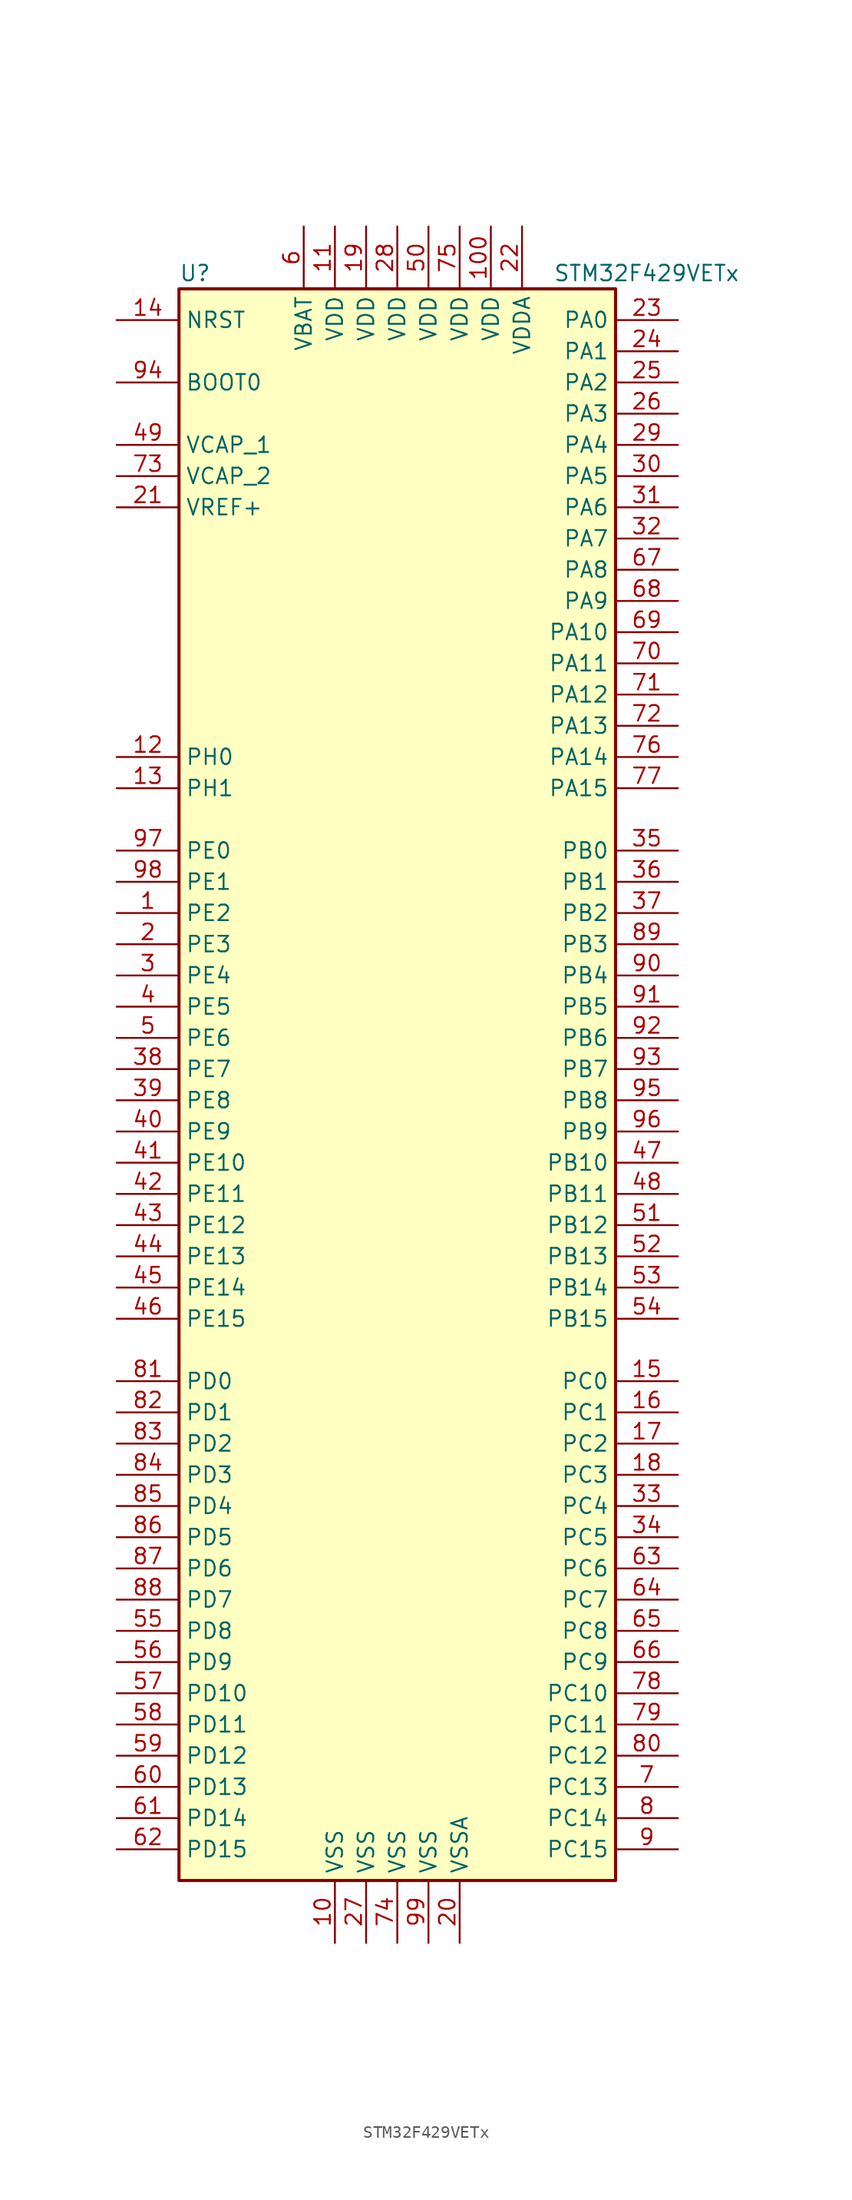
<source format=kicad_sym>
(kicad_symbol_lib
  (version 20220914)
  (generator kicad_symbol_editor)
  (symbol "STM32F429VETx"
    (property "Reference" "U"
      (at -17.78 64.77 0)
      (effects (font (size 1.27 1.27)) (justify left)))
    (property "Value" "STM32F429VETx"
      (at 12.7 64.77 0)
      (effects (font (size 1.27 1.27)) (justify left)))
    (symbol "STM32F429VETx_0_1"
      (rectangle (start -17.78 -66.04) (end 17.78 63.5) (stroke (width 0.254) (type default)) (fill (type background))))
    (symbol "STM32F429VETx_1_1"
      (pin bidirectional line (at -22.86 12.7 0) (length 5.08) (name "PE2" (effects (font (size 1.27 1.27)))) (number "1" (effects (font (size 1.27 1.27)))))
      (pin power_in line (at -5.08 -71.12 90) (length 5.08) (name "VSS" (effects (font (size 1.27 1.27)))) (number "10" (effects (font (size 1.27 1.27)))))
      (pin power_in line (at 7.62 68.58 270) (length 5.08) (name "VDD" (effects (font (size 1.27 1.27)))) (number "100" (effects (font (size 1.27 1.27)))))
      (pin power_in line (at -5.08 68.58 270) (length 5.08) (name "VDD" (effects (font (size 1.27 1.27)))) (number "11" (effects (font (size 1.27 1.27)))))
      (pin input line (at -22.86 25.4 0) (length 5.08) (name "PH0" (effects (font (size 1.27 1.27)))) (number "12" (effects (font (size 1.27 1.27)))))
      (pin input line (at -22.86 22.86 0) (length 5.08) (name "PH1" (effects (font (size 1.27 1.27)))) (number "13" (effects (font (size 1.27 1.27)))))
      (pin input line (at -22.86 60.96 0) (length 5.08) (name "NRST" (effects (font (size 1.27 1.27)))) (number "14" (effects (font (size 1.27 1.27)))))
      (pin bidirectional line (at 22.86 -25.4 180) (length 5.08) (name "PC0" (effects (font (size 1.27 1.27)))) (number "15" (effects (font (size 1.27 1.27)))))
      (pin bidirectional line (at 22.86 -27.94 180) (length 5.08) (name "PC1" (effects (font (size 1.27 1.27)))) (number "16" (effects (font (size 1.27 1.27)))))
      (pin bidirectional line (at 22.86 -30.48 180) (length 5.08) (name "PC2" (effects (font (size 1.27 1.27)))) (number "17" (effects (font (size 1.27 1.27)))))
      (pin bidirectional line (at 22.86 -33.02 180) (length 5.08) (name "PC3" (effects (font (size 1.27 1.27)))) (number "18" (effects (font (size 1.27 1.27)))))
      (pin power_in line (at -2.54 68.58 270) (length 5.08) (name "VDD" (effects (font (size 1.27 1.27)))) (number "19" (effects (font (size 1.27 1.27)))))
      (pin bidirectional line (at -22.86 10.16 0) (length 5.08) (name "PE3" (effects (font (size 1.27 1.27)))) (number "2" (effects (font (size 1.27 1.27)))))
      (pin power_in line (at 5.08 -71.12 90) (length 5.08) (name "VSSA" (effects (font (size 1.27 1.27)))) (number "20" (effects (font (size 1.27 1.27)))))
      (pin power_in line (at -22.86 45.72 0) (length 5.08) (name "VREF+" (effects (font (size 1.27 1.27)))) (number "21" (effects (font (size 1.27 1.27)))))
      (pin power_in line (at 10.16 68.58 270) (length 5.08) (name "VDDA" (effects (font (size 1.27 1.27)))) (number "22" (effects (font (size 1.27 1.27)))))
      (pin bidirectional line (at 22.86 60.96 180) (length 5.08) (name "PA0" (effects (font (size 1.27 1.27)))) (number "23" (effects (font (size 1.27 1.27)))))
      (pin bidirectional line (at 22.86 58.42 180) (length 5.08) (name "PA1" (effects (font (size 1.27 1.27)))) (number "24" (effects (font (size 1.27 1.27)))))
      (pin bidirectional line (at 22.86 55.88 180) (length 5.08) (name "PA2" (effects (font (size 1.27 1.27)))) (number "25" (effects (font (size 1.27 1.27)))))
      (pin bidirectional line (at 22.86 53.34 180) (length 5.08) (name "PA3" (effects (font (size 1.27 1.27)))) (number "26" (effects (font (size 1.27 1.27)))))
      (pin power_in line (at -2.54 -71.12 90) (length 5.08) (name "VSS" (effects (font (size 1.27 1.27)))) (number "27" (effects (font (size 1.27 1.27)))))
      (pin power_in line (at 0 68.58 270) (length 5.08) (name "VDD" (effects (font (size 1.27 1.27)))) (number "28" (effects (font (size 1.27 1.27)))))
      (pin bidirectional line (at 22.86 50.8 180) (length 5.08) (name "PA4" (effects (font (size 1.27 1.27)))) (number "29" (effects (font (size 1.27 1.27)))))
      (pin bidirectional line (at -22.86 7.62 0) (length 5.08) (name "PE4" (effects (font (size 1.27 1.27)))) (number "3" (effects (font (size 1.27 1.27)))))
      (pin bidirectional line (at 22.86 48.26 180) (length 5.08) (name "PA5" (effects (font (size 1.27 1.27)))) (number "30" (effects (font (size 1.27 1.27)))))
      (pin bidirectional line (at 22.86 45.72 180) (length 5.08) (name "PA6" (effects (font (size 1.27 1.27)))) (number "31" (effects (font (size 1.27 1.27)))))
      (pin bidirectional line (at 22.86 43.18 180) (length 5.08) (name "PA7" (effects (font (size 1.27 1.27)))) (number "32" (effects (font (size 1.27 1.27)))))
      (pin bidirectional line (at 22.86 -35.56 180) (length 5.08) (name "PC4" (effects (font (size 1.27 1.27)))) (number "33" (effects (font (size 1.27 1.27)))))
      (pin bidirectional line (at 22.86 -38.1 180) (length 5.08) (name "PC5" (effects (font (size 1.27 1.27)))) (number "34" (effects (font (size 1.27 1.27)))))
      (pin bidirectional line (at 22.86 17.78 180) (length 5.08) (name "PB0" (effects (font (size 1.27 1.27)))) (number "35" (effects (font (size 1.27 1.27)))))
      (pin bidirectional line (at 22.86 15.24 180) (length 5.08) (name "PB1" (effects (font (size 1.27 1.27)))) (number "36" (effects (font (size 1.27 1.27)))))
      (pin bidirectional line (at 22.86 12.7 180) (length 5.08) (name "PB2" (effects (font (size 1.27 1.27)))) (number "37" (effects (font (size 1.27 1.27)))))
      (pin bidirectional line (at -22.86 0 0) (length 5.08) (name "PE7" (effects (font (size 1.27 1.27)))) (number "38" (effects (font (size 1.27 1.27)))))
      (pin bidirectional line (at -22.86 -2.54 0) (length 5.08) (name "PE8" (effects (font (size 1.27 1.27)))) (number "39" (effects (font (size 1.27 1.27)))))
      (pin bidirectional line (at -22.86 5.08 0) (length 5.08) (name "PE5" (effects (font (size 1.27 1.27)))) (number "4" (effects (font (size 1.27 1.27)))))
      (pin bidirectional line (at -22.86 -5.08 0) (length 5.08) (name "PE9" (effects (font (size 1.27 1.27)))) (number "40" (effects (font (size 1.27 1.27)))))
      (pin bidirectional line (at -22.86 -7.62 0) (length 5.08) (name "PE10" (effects (font (size 1.27 1.27)))) (number "41" (effects (font (size 1.27 1.27)))))
      (pin bidirectional line (at -22.86 -10.16 0) (length 5.08) (name "PE11" (effects (font (size 1.27 1.27)))) (number "42" (effects (font (size 1.27 1.27)))))
      (pin bidirectional line (at -22.86 -12.7 0) (length 5.08) (name "PE12" (effects (font (size 1.27 1.27)))) (number "43" (effects (font (size 1.27 1.27)))))
      (pin bidirectional line (at -22.86 -15.24 0) (length 5.08) (name "PE13" (effects (font (size 1.27 1.27)))) (number "44" (effects (font (size 1.27 1.27)))))
      (pin bidirectional line (at -22.86 -17.78 0) (length 5.08) (name "PE14" (effects (font (size 1.27 1.27)))) (number "45" (effects (font (size 1.27 1.27)))))
      (pin bidirectional line (at -22.86 -20.32 0) (length 5.08) (name "PE15" (effects (font (size 1.27 1.27)))) (number "46" (effects (font (size 1.27 1.27)))))
      (pin bidirectional line (at 22.86 -7.62 180) (length 5.08) (name "PB10" (effects (font (size 1.27 1.27)))) (number "47" (effects (font (size 1.27 1.27)))))
      (pin bidirectional line (at 22.86 -10.16 180) (length 5.08) (name "PB11" (effects (font (size 1.27 1.27)))) (number "48" (effects (font (size 1.27 1.27)))))
      (pin power_in line (at -22.86 50.8 0) (length 5.08) (name "VCAP_1" (effects (font (size 1.27 1.27)))) (number "49" (effects (font (size 1.27 1.27)))))
      (pin bidirectional line (at -22.86 2.54 0) (length 5.08) (name "PE6" (effects (font (size 1.27 1.27)))) (number "5" (effects (font (size 1.27 1.27)))))
      (pin power_in line (at 2.54 68.58 270) (length 5.08) (name "VDD" (effects (font (size 1.27 1.27)))) (number "50" (effects (font (size 1.27 1.27)))))
      (pin bidirectional line (at 22.86 -12.7 180) (length 5.08) (name "PB12" (effects (font (size 1.27 1.27)))) (number "51" (effects (font (size 1.27 1.27)))))
      (pin bidirectional line (at 22.86 -15.24 180) (length 5.08) (name "PB13" (effects (font (size 1.27 1.27)))) (number "52" (effects (font (size 1.27 1.27)))))
      (pin bidirectional line (at 22.86 -17.78 180) (length 5.08) (name "PB14" (effects (font (size 1.27 1.27)))) (number "53" (effects (font (size 1.27 1.27)))))
      (pin bidirectional line (at 22.86 -20.32 180) (length 5.08) (name "PB15" (effects (font (size 1.27 1.27)))) (number "54" (effects (font (size 1.27 1.27)))))
      (pin bidirectional line (at -22.86 -45.72 0) (length 5.08) (name "PD8" (effects (font (size 1.27 1.27)))) (number "55" (effects (font (size 1.27 1.27)))))
      (pin bidirectional line (at -22.86 -48.26 0) (length 5.08) (name "PD9" (effects (font (size 1.27 1.27)))) (number "56" (effects (font (size 1.27 1.27)))))
      (pin bidirectional line (at -22.86 -50.8 0) (length 5.08) (name "PD10" (effects (font (size 1.27 1.27)))) (number "57" (effects (font (size 1.27 1.27)))))
      (pin bidirectional line (at -22.86 -53.34 0) (length 5.08) (name "PD11" (effects (font (size 1.27 1.27)))) (number "58" (effects (font (size 1.27 1.27)))))
      (pin bidirectional line (at -22.86 -55.88 0) (length 5.08) (name "PD12" (effects (font (size 1.27 1.27)))) (number "59" (effects (font (size 1.27 1.27)))))
      (pin power_in line (at -7.62 68.58 270) (length 5.08) (name "VBAT" (effects (font (size 1.27 1.27)))) (number "6" (effects (font (size 1.27 1.27)))))
      (pin bidirectional line (at -22.86 -58.42 0) (length 5.08) (name "PD13" (effects (font (size 1.27 1.27)))) (number "60" (effects (font (size 1.27 1.27)))))
      (pin bidirectional line (at -22.86 -60.96 0) (length 5.08) (name "PD14" (effects (font (size 1.27 1.27)))) (number "61" (effects (font (size 1.27 1.27)))))
      (pin bidirectional line (at -22.86 -63.5 0) (length 5.08) (name "PD15" (effects (font (size 1.27 1.27)))) (number "62" (effects (font (size 1.27 1.27)))))
      (pin bidirectional line (at 22.86 -40.64 180) (length 5.08) (name "PC6" (effects (font (size 1.27 1.27)))) (number "63" (effects (font (size 1.27 1.27)))))
      (pin bidirectional line (at 22.86 -43.18 180) (length 5.08) (name "PC7" (effects (font (size 1.27 1.27)))) (number "64" (effects (font (size 1.27 1.27)))))
      (pin bidirectional line (at 22.86 -45.72 180) (length 5.08) (name "PC8" (effects (font (size 1.27 1.27)))) (number "65" (effects (font (size 1.27 1.27)))))
      (pin bidirectional line (at 22.86 -48.26 180) (length 5.08) (name "PC9" (effects (font (size 1.27 1.27)))) (number "66" (effects (font (size 1.27 1.27)))))
      (pin bidirectional line (at 22.86 40.64 180) (length 5.08) (name "PA8" (effects (font (size 1.27 1.27)))) (number "67" (effects (font (size 1.27 1.27)))))
      (pin bidirectional line (at 22.86 38.1 180) (length 5.08) (name "PA9" (effects (font (size 1.27 1.27)))) (number "68" (effects (font (size 1.27 1.27)))))
      (pin bidirectional line (at 22.86 35.56 180) (length 5.08) (name "PA10" (effects (font (size 1.27 1.27)))) (number "69" (effects (font (size 1.27 1.27)))))
      (pin bidirectional line (at 22.86 -58.42 180) (length 5.08) (name "PC13" (effects (font (size 1.27 1.27)))) (number "7" (effects (font (size 1.27 1.27)))))
      (pin bidirectional line (at 22.86 33.02 180) (length 5.08) (name "PA11" (effects (font (size 1.27 1.27)))) (number "70" (effects (font (size 1.27 1.27)))))
      (pin bidirectional line (at 22.86 30.48 180) (length 5.08) (name "PA12" (effects (font (size 1.27 1.27)))) (number "71" (effects (font (size 1.27 1.27)))))
      (pin bidirectional line (at 22.86 27.94 180) (length 5.08) (name "PA13" (effects (font (size 1.27 1.27)))) (number "72" (effects (font (size 1.27 1.27)))))
      (pin power_in line (at -22.86 48.26 0) (length 5.08) (name "VCAP_2" (effects (font (size 1.27 1.27)))) (number "73" (effects (font (size 1.27 1.27)))))
      (pin power_in line (at 0 -71.12 90) (length 5.08) (name "VSS" (effects (font (size 1.27 1.27)))) (number "74" (effects (font (size 1.27 1.27)))))
      (pin power_in line (at 5.08 68.58 270) (length 5.08) (name "VDD" (effects (font (size 1.27 1.27)))) (number "75" (effects (font (size 1.27 1.27)))))
      (pin bidirectional line (at 22.86 25.4 180) (length 5.08) (name "PA14" (effects (font (size 1.27 1.27)))) (number "76" (effects (font (size 1.27 1.27)))))
      (pin bidirectional line (at 22.86 22.86 180) (length 5.08) (name "PA15" (effects (font (size 1.27 1.27)))) (number "77" (effects (font (size 1.27 1.27)))))
      (pin bidirectional line (at 22.86 -50.8 180) (length 5.08) (name "PC10" (effects (font (size 1.27 1.27)))) (number "78" (effects (font (size 1.27 1.27)))))
      (pin bidirectional line (at 22.86 -53.34 180) (length 5.08) (name "PC11" (effects (font (size 1.27 1.27)))) (number "79" (effects (font (size 1.27 1.27)))))
      (pin bidirectional line (at 22.86 -60.96 180) (length 5.08) (name "PC14" (effects (font (size 1.27 1.27)))) (number "8" (effects (font (size 1.27 1.27)))))
      (pin bidirectional line (at 22.86 -55.88 180) (length 5.08) (name "PC12" (effects (font (size 1.27 1.27)))) (number "80" (effects (font (size 1.27 1.27)))))
      (pin bidirectional line (at -22.86 -25.4 0) (length 5.08) (name "PD0" (effects (font (size 1.27 1.27)))) (number "81" (effects (font (size 1.27 1.27)))))
      (pin bidirectional line (at -22.86 -27.94 0) (length 5.08) (name "PD1" (effects (font (size 1.27 1.27)))) (number "82" (effects (font (size 1.27 1.27)))))
      (pin bidirectional line (at -22.86 -30.48 0) (length 5.08) (name "PD2" (effects (font (size 1.27 1.27)))) (number "83" (effects (font (size 1.27 1.27)))))
      (pin bidirectional line (at -22.86 -33.02 0) (length 5.08) (name "PD3" (effects (font (size 1.27 1.27)))) (number "84" (effects (font (size 1.27 1.27)))))
      (pin bidirectional line (at -22.86 -35.56 0) (length 5.08) (name "PD4" (effects (font (size 1.27 1.27)))) (number "85" (effects (font (size 1.27 1.27)))))
      (pin bidirectional line (at -22.86 -38.1 0) (length 5.08) (name "PD5" (effects (font (size 1.27 1.27)))) (number "86" (effects (font (size 1.27 1.27)))))
      (pin bidirectional line (at -22.86 -40.64 0) (length 5.08) (name "PD6" (effects (font (size 1.27 1.27)))) (number "87" (effects (font (size 1.27 1.27)))))
      (pin bidirectional line (at -22.86 -43.18 0) (length 5.08) (name "PD7" (effects (font (size 1.27 1.27)))) (number "88" (effects (font (size 1.27 1.27)))))
      (pin bidirectional line (at 22.86 10.16 180) (length 5.08) (name "PB3" (effects (font (size 1.27 1.27)))) (number "89" (effects (font (size 1.27 1.27)))))
      (pin bidirectional line (at 22.86 -63.5 180) (length 5.08) (name "PC15" (effects (font (size 1.27 1.27)))) (number "9" (effects (font (size 1.27 1.27)))))
      (pin bidirectional line (at 22.86 7.62 180) (length 5.08) (name "PB4" (effects (font (size 1.27 1.27)))) (number "90" (effects (font (size 1.27 1.27)))))
      (pin bidirectional line (at 22.86 5.08 180) (length 5.08) (name "PB5" (effects (font (size 1.27 1.27)))) (number "91" (effects (font (size 1.27 1.27)))))
      (pin bidirectional line (at 22.86 2.54 180) (length 5.08) (name "PB6" (effects (font (size 1.27 1.27)))) (number "92" (effects (font (size 1.27 1.27)))))
      (pin bidirectional line (at 22.86 0 180) (length 5.08) (name "PB7" (effects (font (size 1.27 1.27)))) (number "93" (effects (font (size 1.27 1.27)))))
      (pin input line (at -22.86 55.88 0) (length 5.08) (name "BOOT0" (effects (font (size 1.27 1.27)))) (number "94" (effects (font (size 1.27 1.27)))))
      (pin bidirectional line (at 22.86 -2.54 180) (length 5.08) (name "PB8" (effects (font (size 1.27 1.27)))) (number "95" (effects (font (size 1.27 1.27)))))
      (pin bidirectional line (at 22.86 -5.08 180) (length 5.08) (name "PB9" (effects (font (size 1.27 1.27)))) (number "96" (effects (font (size 1.27 1.27)))))
      (pin bidirectional line (at -22.86 17.78 0) (length 5.08) (name "PE0" (effects (font (size 1.27 1.27)))) (number "97" (effects (font (size 1.27 1.27)))))
      (pin bidirectional line (at -22.86 15.24 0) (length 5.08) (name "PE1" (effects (font (size 1.27 1.27)))) (number "98" (effects (font (size 1.27 1.27)))))
      (pin power_in line (at 2.54 -71.12 90) (length 5.08) (name "VSS" (effects (font (size 1.27 1.27)))) (number "99" (effects (font (size 1.27 1.27))))))))
</source>
